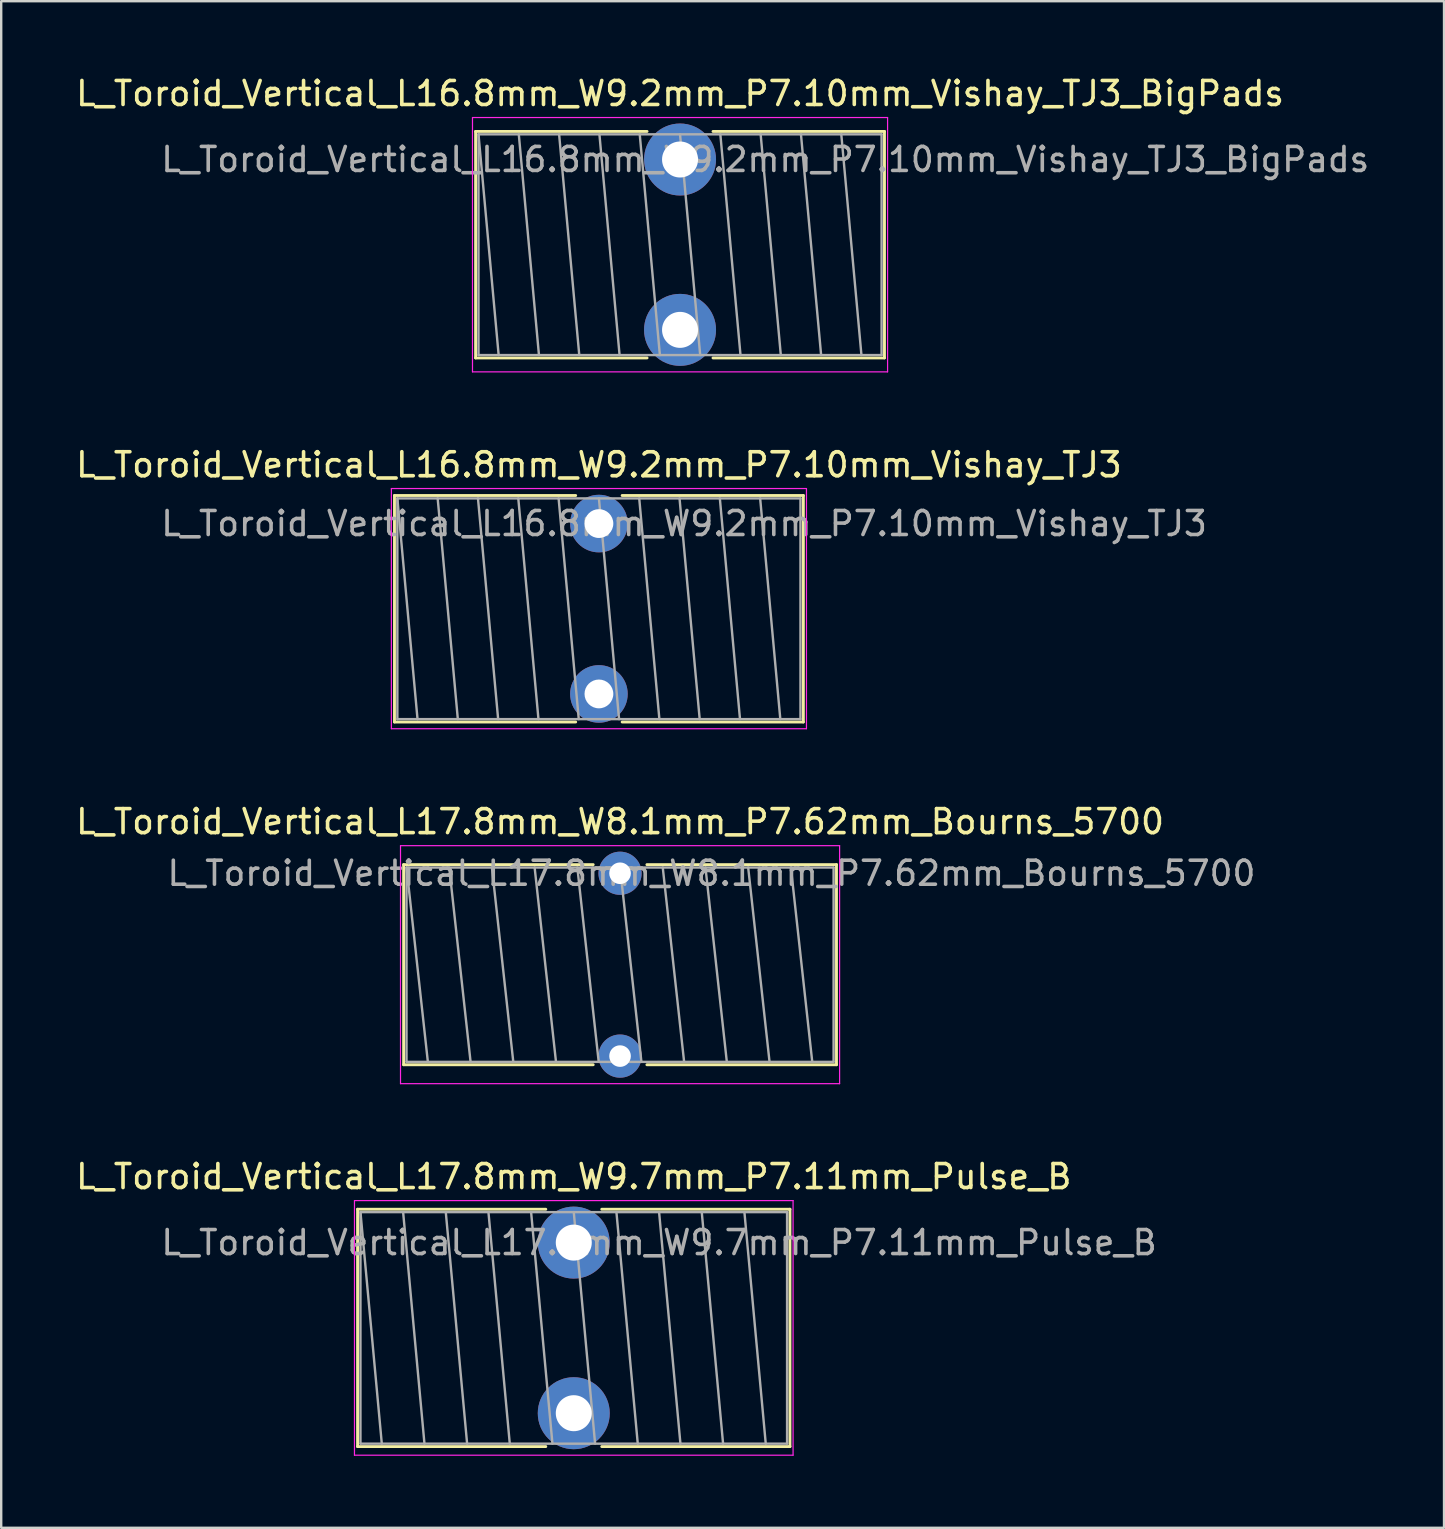
<source format=kicad_pcb>
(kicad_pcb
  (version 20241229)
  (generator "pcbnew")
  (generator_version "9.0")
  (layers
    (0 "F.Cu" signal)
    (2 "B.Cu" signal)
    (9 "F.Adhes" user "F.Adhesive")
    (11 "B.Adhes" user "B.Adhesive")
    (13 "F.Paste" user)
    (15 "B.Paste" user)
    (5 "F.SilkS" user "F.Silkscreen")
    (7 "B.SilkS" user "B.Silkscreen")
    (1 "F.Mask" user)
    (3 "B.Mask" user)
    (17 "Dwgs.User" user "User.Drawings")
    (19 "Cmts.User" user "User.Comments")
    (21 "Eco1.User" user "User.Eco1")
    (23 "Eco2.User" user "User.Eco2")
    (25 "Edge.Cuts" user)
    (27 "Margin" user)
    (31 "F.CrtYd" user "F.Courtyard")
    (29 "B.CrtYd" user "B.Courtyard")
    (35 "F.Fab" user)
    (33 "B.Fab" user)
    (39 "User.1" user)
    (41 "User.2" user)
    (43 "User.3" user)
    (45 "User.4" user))
  (footprint "L_Toroid_Vertical_L16.8mm_W9.2mm_P7.10mm_Vishay_TJ3_BigPads"
    (layer "F.Cu")
    (at 25.292 3.598)
    (property "Reference" "L_Toroid_Vertical_L16.8mm_W9.2mm_P7.10mm_Vishay_TJ3_BigPads" (at 0 -2.75 0) (layer "F.SilkS") (effects (font (size 1 1) (thickness 0.15))))
    (attr through_hole)
    (fp_line (start -8.52 -1.17) (end -8.52 8.27) (stroke (width 0.12) (type solid)) (layer "F.SilkS"))
    (fp_line (start -8.52 -1.17) (end -1.374 -1.17) (stroke (width 0.12) (type solid)) (layer "F.SilkS"))
    (fp_line (start -8.52 8.27) (end -1.374 8.27) (stroke (width 0.12) (type solid)) (layer "F.SilkS"))
    (fp_line (start 1.374 -1.17) (end 8.52 -1.17) (stroke (width 0.12) (type solid)) (layer "F.SilkS"))
    (fp_line (start 1.374 8.27) (end 8.52 8.27) (stroke (width 0.12) (type solid)) (layer "F.SilkS"))
    (fp_line (start 8.52 -1.17) (end 8.52 8.27) (stroke (width 0.12) (type solid)) (layer "F.SilkS"))
    (fp_line (start -8.65 -1.75) (end -8.65 8.85) (stroke (width 0.05) (type solid)) (layer "F.CrtYd"))
    (fp_line (start -8.65 8.85) (end 8.65 8.85) (stroke (width 0.05) (type solid)) (layer "F.CrtYd"))
    (fp_line (start 8.65 -1.75) (end -8.65 -1.75) (stroke (width 0.05) (type solid)) (layer "F.CrtYd"))
    (fp_line (start 8.65 8.85) (end 8.65 -1.75) (stroke (width 0.05) (type solid)) (layer "F.CrtYd"))
    (fp_line (start -8.4 -1.05) (end -8.4 8.15) (stroke (width 0.1) (type solid)) (layer "F.Fab"))
    (fp_line (start -8.4 -1.05) (end -7.56 8.15) (stroke (width 0.1) (type solid)) (layer "F.Fab"))
    (fp_line (start -8.4 8.15) (end 8.4 8.15) (stroke (width 0.1) (type solid)) (layer "F.Fab"))
    (fp_line (start -6.72 -1.05) (end -5.88 8.15) (stroke (width 0.1) (type solid)) (layer "F.Fab"))
    (fp_line (start -5.04 -1.05) (end -4.2 8.15) (stroke (width 0.1) (type solid)) (layer "F.Fab"))
    (fp_line (start -3.36 -1.05) (end -2.52 8.15) (stroke (width 0.1) (type solid)) (layer "F.Fab"))
    (fp_line (start -1.68 -1.05) (end -0.84 8.15) (stroke (width 0.1) (type solid)) (layer "F.Fab"))
    (fp_line (start 0 -1.05) (end 0.84 8.15) (stroke (width 0.1) (type solid)) (layer "F.Fab"))
    (fp_line (start 1.68 -1.05) (end 2.52 8.15) (stroke (width 0.1) (type solid)) (layer "F.Fab"))
    (fp_line (start 3.36 -1.05) (end 4.2 8.15) (stroke (width 0.1) (type solid)) (layer "F.Fab"))
    (fp_line (start 5.04 -1.05) (end 5.88 8.15) (stroke (width 0.1) (type solid)) (layer "F.Fab"))
    (fp_line (start 6.72 -1.05) (end 7.56 8.15) (stroke (width 0.1) (type solid)) (layer "F.Fab"))
    (fp_line (start 8.4 -1.05) (end -8.4 -1.05) (stroke (width 0.1) (type solid)) (layer "F.Fab"))
    (fp_line (start 8.4 8.15) (end 8.4 -1.05) (stroke (width 0.1) (type solid)) (layer "F.Fab"))
    (fp_text user "${REFERENCE}" (at 3.55 0 0) (layer "F.Fab") (effects (font (size 1 1) (thickness 0.15))))
    (pad "1" thru_hole circle (at 0 0) (size 3 3) (drill 1.5) (layers "*.Cu" "*.Mask"))
    (pad "2" thru_hole circle (at 0 7.1) (size 3 3) (drill 1.5) (layers "*.Cu" "*.Mask")))
  (footprint "L_Toroid_Vertical_L16.8mm_W9.2mm_P7.10mm_Vishay_TJ3"
    (layer "F.Cu")
    (at 21.911 18.771)
    (property "Reference" "L_Toroid_Vertical_L16.8mm_W9.2mm_P7.10mm_Vishay_TJ3" (at 0 -2.45 0) (layer "F.SilkS") (effects (font (size 1 1) (thickness 0.15))))
    (attr through_hole)
    (fp_line (start -8.52 -1.17) (end -8.52 8.27) (stroke (width 0.12) (type solid)) (layer "F.SilkS"))
    (fp_line (start -8.52 -1.17) (end -0.968 -1.17) (stroke (width 0.12) (type solid)) (layer "F.SilkS"))
    (fp_line (start -8.52 8.27) (end -0.968 8.27) (stroke (width 0.12) (type solid)) (layer "F.SilkS"))
    (fp_line (start 0.968 -1.17) (end 8.52 -1.17) (stroke (width 0.12) (type solid)) (layer "F.SilkS"))
    (fp_line (start 0.968 8.27) (end 8.52 8.27) (stroke (width 0.12) (type solid)) (layer "F.SilkS"))
    (fp_line (start 8.52 -1.17) (end 8.52 8.27) (stroke (width 0.12) (type solid)) (layer "F.SilkS"))
    (fp_line (start -8.65 -1.46) (end -8.65 8.55) (stroke (width 0.05) (type solid)) (layer "F.CrtYd"))
    (fp_line (start -8.65 8.55) (end 8.65 8.55) (stroke (width 0.05) (type solid)) (layer "F.CrtYd"))
    (fp_line (start 8.65 -1.46) (end -8.65 -1.46) (stroke (width 0.05) (type solid)) (layer "F.CrtYd"))
    (fp_line (start 8.65 8.55) (end 8.65 -1.46) (stroke (width 0.05) (type solid)) (layer "F.CrtYd"))
    (fp_line (start -8.4 -1.05) (end -8.4 8.15) (stroke (width 0.1) (type solid)) (layer "F.Fab"))
    (fp_line (start -8.4 -1.05) (end -7.56 8.15) (stroke (width 0.1) (type solid)) (layer "F.Fab"))
    (fp_line (start -8.4 8.15) (end 8.4 8.15) (stroke (width 0.1) (type solid)) (layer "F.Fab"))
    (fp_line (start -6.72 -1.05) (end -5.88 8.15) (stroke (width 0.1) (type solid)) (layer "F.Fab"))
    (fp_line (start -5.04 -1.05) (end -4.2 8.15) (stroke (width 0.1) (type solid)) (layer "F.Fab"))
    (fp_line (start -3.36 -1.05) (end -2.52 8.15) (stroke (width 0.1) (type solid)) (layer "F.Fab"))
    (fp_line (start -1.68 -1.05) (end -0.84 8.15) (stroke (width 0.1) (type solid)) (layer "F.Fab"))
    (fp_line (start 0 -1.05) (end 0.84 8.15) (stroke (width 0.1) (type solid)) (layer "F.Fab"))
    (fp_line (start 1.68 -1.05) (end 2.52 8.15) (stroke (width 0.1) (type solid)) (layer "F.Fab"))
    (fp_line (start 3.36 -1.05) (end 4.2 8.15) (stroke (width 0.1) (type solid)) (layer "F.Fab"))
    (fp_line (start 5.04 -1.05) (end 5.88 8.15) (stroke (width 0.1) (type solid)) (layer "F.Fab"))
    (fp_line (start 6.72 -1.05) (end 7.56 8.15) (stroke (width 0.1) (type solid)) (layer "F.Fab"))
    (fp_line (start 8.4 -1.05) (end -8.4 -1.05) (stroke (width 0.1) (type solid)) (layer "F.Fab"))
    (fp_line (start 8.4 8.15) (end 8.4 -1.05) (stroke (width 0.1) (type solid)) (layer "F.Fab"))
    (fp_text user "${REFERENCE}" (at 3.55 0 0) (layer "F.Fab") (effects (font (size 1 1) (thickness 0.15))))
    (pad "1" thru_hole circle (at 0 0) (size 2.4 2.4) (drill 1.2) (layers "*.Cu" "*.Mask"))
    (pad "2" thru_hole circle (at 0 7.1) (size 2.4 2.4) (drill 1.2) (layers "*.Cu" "*.Mask")))
  (footprint "L_Toroid_Vertical_L17.8mm_W8.1mm_P7.62mm_Bourns_5700"
    (layer "F.Cu")
    (at 22.792 33.345)
    (property "Reference" "L_Toroid_Vertical_L17.8mm_W8.1mm_P7.62mm_Bourns_5700" (at 0 -2.15 0) (layer "F.SilkS") (effects (font (size 1 1) (thickness 0.15))))
    (attr through_hole)
    (fp_line (start -9.02 -0.36) (end -9.02 7.98) (stroke (width 0.12) (type solid)) (layer "F.SilkS"))
    (fp_line (start -9.02 -0.36) (end -1.119 -0.36) (stroke (width 0.12) (type solid)) (layer "F.SilkS"))
    (fp_line (start -9.02 7.98) (end -1.119 7.98) (stroke (width 0.12) (type solid)) (layer "F.SilkS"))
    (fp_line (start 1.119 -0.36) (end 9.02 -0.36) (stroke (width 0.12) (type solid)) (layer "F.SilkS"))
    (fp_line (start 1.119 7.98) (end 9.02 7.98) (stroke (width 0.12) (type solid)) (layer "F.SilkS"))
    (fp_line (start 9.02 -0.36) (end 9.02 7.98) (stroke (width 0.12) (type solid)) (layer "F.SilkS"))
    (fp_line (start -9.15 -1.15) (end -9.15 8.77) (stroke (width 0.05) (type solid)) (layer "F.CrtYd"))
    (fp_line (start -9.15 8.77) (end 9.15 8.77) (stroke (width 0.05) (type solid)) (layer "F.CrtYd"))
    (fp_line (start 9.15 -1.15) (end -9.15 -1.15) (stroke (width 0.05) (type solid)) (layer "F.CrtYd"))
    (fp_line (start 9.15 8.77) (end 9.15 -1.15) (stroke (width 0.05) (type solid)) (layer "F.CrtYd"))
    (fp_line (start -8.9 -0.24) (end -8.9 7.86) (stroke (width 0.1) (type solid)) (layer "F.Fab"))
    (fp_line (start -8.9 -0.24) (end -8.01 7.86) (stroke (width 0.1) (type solid)) (layer "F.Fab"))
    (fp_line (start -8.9 7.86) (end 8.9 7.86) (stroke (width 0.1) (type solid)) (layer "F.Fab"))
    (fp_line (start -7.12 -0.24) (end -6.23 7.86) (stroke (width 0.1) (type solid)) (layer "F.Fab"))
    (fp_line (start -5.34 -0.24) (end -4.45 7.86) (stroke (width 0.1) (type solid)) (layer "F.Fab"))
    (fp_line (start -3.56 -0.24) (end -2.67 7.86) (stroke (width 0.1) (type solid)) (layer "F.Fab"))
    (fp_line (start -1.78 -0.24) (end -0.89 7.86) (stroke (width 0.1) (type solid)) (layer "F.Fab"))
    (fp_line (start 0 -0.24) (end 0.89 7.86) (stroke (width 0.1) (type solid)) (layer "F.Fab"))
    (fp_line (start 1.78 -0.24) (end 2.67 7.86) (stroke (width 0.1) (type solid)) (layer "F.Fab"))
    (fp_line (start 3.56 -0.24) (end 4.45 7.86) (stroke (width 0.1) (type solid)) (layer "F.Fab"))
    (fp_line (start 5.34 -0.24) (end 6.23 7.86) (stroke (width 0.1) (type solid)) (layer "F.Fab"))
    (fp_line (start 7.12 -0.24) (end 8.01 7.86) (stroke (width 0.1) (type solid)) (layer "F.Fab"))
    (fp_line (start 8.9 -0.24) (end -8.9 -0.24) (stroke (width 0.1) (type solid)) (layer "F.Fab"))
    (fp_line (start 8.9 7.86) (end 8.9 -0.24) (stroke (width 0.1) (type solid)) (layer "F.Fab"))
    (fp_text user "${REFERENCE}" (at 3.81 0 0) (layer "F.Fab") (effects (font (size 1 1) (thickness 0.15))))
    (pad "1" thru_hole circle (at 0 0) (size 1.8 1.8) (drill 0.9) (layers "*.Cu" "*.Mask"))
    (pad "2" thru_hole circle (at 0 7.62) (size 1.8 1.8) (drill 0.9) (layers "*.Cu" "*.Mask")))
  (footprint "L_Toroid_Vertical_L17.8mm_W9.7mm_P7.11mm_Pulse_B"
    (layer "F.Cu")
    (at 20.863 48.738)
    (property "Reference" "L_Toroid_Vertical_L17.8mm_W9.7mm_P7.11mm_Pulse_B" (at 0 -2.75 0) (layer "F.SilkS") (effects (font (size 1 1) (thickness 0.15))))
    (attr through_hole)
    (fp_line (start -9.01 -1.39) (end -9.01 8.5) (stroke (width 0.12) (type solid)) (layer "F.SilkS"))
    (fp_line (start -9.01 -1.39) (end -1.166 -1.39) (stroke (width 0.12) (type solid)) (layer "F.SilkS"))
    (fp_line (start -9.01 8.5) (end -1.166 8.5) (stroke (width 0.12) (type solid)) (layer "F.SilkS"))
    (fp_line (start 1.166 -1.39) (end 9.01 -1.39) (stroke (width 0.12) (type solid)) (layer "F.SilkS"))
    (fp_line (start 1.166 8.5) (end 9.01 8.5) (stroke (width 0.12) (type solid)) (layer "F.SilkS"))
    (fp_line (start 9.01 -1.39) (end 9.01 8.5) (stroke (width 0.12) (type solid)) (layer "F.SilkS"))
    (fp_line (start -9.14 -1.75) (end -9.14 8.86) (stroke (width 0.05) (type solid)) (layer "F.CrtYd"))
    (fp_line (start -9.14 8.86) (end 9.14 8.86) (stroke (width 0.05) (type solid)) (layer "F.CrtYd"))
    (fp_line (start 9.14 -1.75) (end -9.14 -1.75) (stroke (width 0.05) (type solid)) (layer "F.CrtYd"))
    (fp_line (start 9.14 8.86) (end 9.14 -1.75) (stroke (width 0.05) (type solid)) (layer "F.CrtYd"))
    (fp_line (start -8.89 -1.27) (end -8.89 8.38) (stroke (width 0.1) (type solid)) (layer "F.Fab"))
    (fp_line (start -8.89 -1.27) (end -8.001 8.38) (stroke (width 0.1) (type solid)) (layer "F.Fab"))
    (fp_line (start -8.89 8.38) (end 8.89 8.38) (stroke (width 0.1) (type solid)) (layer "F.Fab"))
    (fp_line (start -7.112 -1.27) (end -6.223 8.38) (stroke (width 0.1) (type solid)) (layer "F.Fab"))
    (fp_line (start -5.334 -1.27) (end -4.445 8.38) (stroke (width 0.1) (type solid)) (layer "F.Fab"))
    (fp_line (start -3.556 -1.27) (end -2.667 8.38) (stroke (width 0.1) (type solid)) (layer "F.Fab"))
    (fp_line (start -1.778 -1.27) (end -0.889 8.38) (stroke (width 0.1) (type solid)) (layer "F.Fab"))
    (fp_line (start 0 -1.27) (end 0.889 8.38) (stroke (width 0.1) (type solid)) (layer "F.Fab"))
    (fp_line (start 1.778 -1.27) (end 2.667 8.38) (stroke (width 0.1) (type solid)) (layer "F.Fab"))
    (fp_line (start 3.556 -1.27) (end 4.445 8.38) (stroke (width 0.1) (type solid)) (layer "F.Fab"))
    (fp_line (start 5.334 -1.27) (end 6.223 8.38) (stroke (width 0.1) (type solid)) (layer "F.Fab"))
    (fp_line (start 7.112 -1.27) (end 8.001 8.38) (stroke (width 0.1) (type solid)) (layer "F.Fab"))
    (fp_line (start 8.89 -1.27) (end -8.89 -1.27) (stroke (width 0.1) (type solid)) (layer "F.Fab"))
    (fp_line (start 8.89 8.38) (end 8.89 -1.27) (stroke (width 0.1) (type solid)) (layer "F.Fab"))
    (fp_text user "${REFERENCE}" (at 3.555 0 0) (layer "F.Fab") (effects (font (size 1 1) (thickness 0.15))))
    (pad "1" thru_hole circle (at 0 0) (size 3 3) (drill 1.5) (layers "*.Cu" "*.Mask"))
    (pad "2" thru_hole circle (at 0 7.11) (size 3 3) (drill 1.5) (layers "*.Cu" "*.Mask")))
  (gr_rect
    (start -3 -3)
    (end 57.133 60.623)
    (stroke (width 0.1) (type default))
    (fill no)
    (layer "Edge.Cuts")))
</source>
